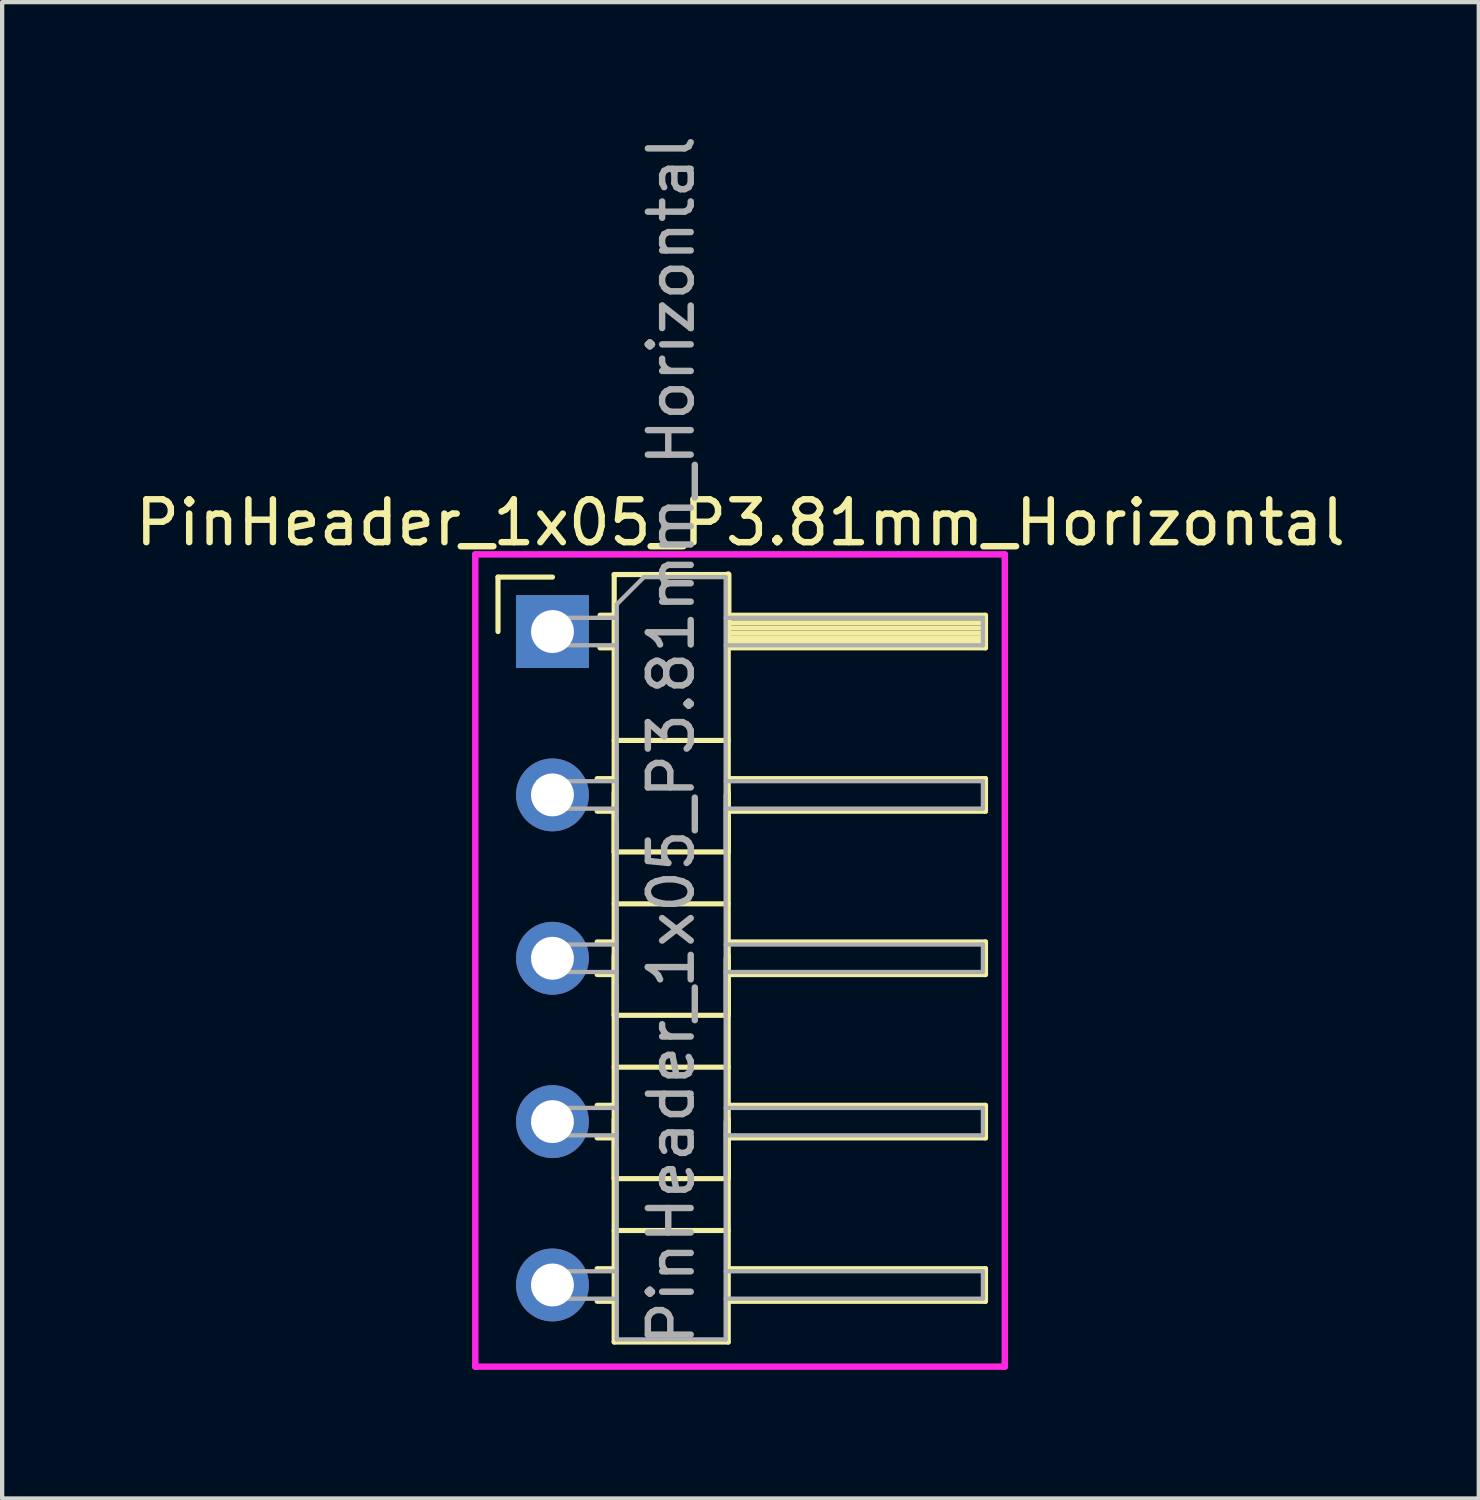
<source format=kicad_pcb>
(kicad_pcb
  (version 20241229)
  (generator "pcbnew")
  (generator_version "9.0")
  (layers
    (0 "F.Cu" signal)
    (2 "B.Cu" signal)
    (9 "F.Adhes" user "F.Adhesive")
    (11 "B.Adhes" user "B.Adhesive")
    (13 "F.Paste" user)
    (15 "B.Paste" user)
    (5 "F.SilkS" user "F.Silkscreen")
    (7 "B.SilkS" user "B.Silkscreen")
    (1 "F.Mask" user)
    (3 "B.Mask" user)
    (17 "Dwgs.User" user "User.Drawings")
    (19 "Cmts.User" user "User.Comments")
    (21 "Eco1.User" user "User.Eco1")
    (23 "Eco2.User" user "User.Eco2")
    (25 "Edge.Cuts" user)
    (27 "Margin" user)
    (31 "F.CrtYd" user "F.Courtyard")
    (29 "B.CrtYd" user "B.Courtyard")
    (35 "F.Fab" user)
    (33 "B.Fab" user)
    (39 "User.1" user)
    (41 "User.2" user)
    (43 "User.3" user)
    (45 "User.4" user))
  (footprint "PinHeader_1x05_P3.81mm_Horizontal"
    (layer "F.Cu")
    (at 9.835 11.68)
    (property "Reference" "PinHeader_1x05_P3.81mm_Horizontal" (at 4.385 -2.54 0) (layer "F.SilkS") (effects (font (size 1 1) (thickness 0.15))))
    (attr through_hole)
    (fp_line (start -1.27 -1.27) (end 0 -1.27) (stroke (width 0.12) (type solid)) (layer "F.SilkS"))
    (fp_line (start -1.27 0) (end -1.27 -1.27) (stroke (width 0.12) (type solid)) (layer "F.SilkS"))
    (fp_line (start 1.043 3.43) (end 1.44 3.43) (stroke (width 0.12) (type solid)) (layer "F.SilkS"))
    (fp_line (start 1.043 4.19) (end 1.44 4.19) (stroke (width 0.12) (type solid)) (layer "F.SilkS"))
    (fp_line (start 1.043 7.24) (end 1.44 7.24) (stroke (width 0.12) (type solid)) (layer "F.SilkS"))
    (fp_line (start 1.043 8) (end 1.44 8) (stroke (width 0.12) (type solid)) (layer "F.SilkS"))
    (fp_line (start 1.043 11.05) (end 1.44 11.05) (stroke (width 0.12) (type solid)) (layer "F.SilkS"))
    (fp_line (start 1.043 11.81) (end 1.44 11.81) (stroke (width 0.12) (type solid)) (layer "F.SilkS"))
    (fp_line (start 1.043 14.86) (end 1.44 14.86) (stroke (width 0.12) (type solid)) (layer "F.SilkS"))
    (fp_line (start 1.043 15.62) (end 1.44 15.62) (stroke (width 0.12) (type solid)) (layer "F.SilkS"))
    (fp_line (start 1.11 -0.38) (end 1.44 -0.38) (stroke (width 0.12) (type solid)) (layer "F.SilkS"))
    (fp_line (start 1.11 0.38) (end 1.44 0.38) (stroke (width 0.12) (type solid)) (layer "F.SilkS"))
    (fp_line (start 1.44 -1.33) (end 1.44 5.14) (stroke (width 0.12) (type solid)) (layer "F.SilkS"))
    (fp_line (start 1.44 2.54) (end 4.1 2.54) (stroke (width 0.12) (type solid)) (layer "F.SilkS"))
    (fp_line (start 1.44 3.75) (end 1.44 8.95) (stroke (width 0.12) (type solid)) (layer "F.SilkS"))
    (fp_line (start 1.44 5.14) (end 4.1 5.14) (stroke (width 0.12) (type solid)) (layer "F.SilkS"))
    (fp_line (start 1.44 6.35) (end 4.1 6.35) (stroke (width 0.12) (type solid)) (layer "F.SilkS"))
    (fp_line (start 1.44 7.56) (end 1.44 12.76) (stroke (width 0.12) (type solid)) (layer "F.SilkS"))
    (fp_line (start 1.44 8.95) (end 4.1 8.95) (stroke (width 0.12) (type solid)) (layer "F.SilkS"))
    (fp_line (start 1.44 10.16) (end 4.1 10.16) (stroke (width 0.12) (type solid)) (layer "F.SilkS"))
    (fp_line (start 1.44 11.37) (end 1.44 16.57) (stroke (width 0.12) (type solid)) (layer "F.SilkS"))
    (fp_line (start 1.44 12.76) (end 4.1 12.76) (stroke (width 0.12) (type solid)) (layer "F.SilkS"))
    (fp_line (start 1.44 13.97) (end 4.1 13.97) (stroke (width 0.12) (type solid)) (layer "F.SilkS"))
    (fp_line (start 1.44 16.57) (end 4.1 16.57) (stroke (width 0.12) (type solid)) (layer "F.SilkS"))
    (fp_line (start 4.1 -1.33) (end 1.44 -1.33) (stroke (width 0.12) (type solid)) (layer "F.SilkS"))
    (fp_line (start 4.1 -1.33) (end 4.1 -0.06) (stroke (width 0.15) (type solid)) (layer "F.SilkS"))
    (fp_line (start 4.1 -0.38) (end 10.1 -0.38) (stroke (width 0.12) (type solid)) (layer "F.SilkS"))
    (fp_line (start 4.1 -0.32) (end 10.1 -0.32) (stroke (width 0.12) (type solid)) (layer "F.SilkS"))
    (fp_line (start 4.1 -0.2) (end 10.1 -0.2) (stroke (width 0.12) (type solid)) (layer "F.SilkS"))
    (fp_line (start 4.1 -0.08) (end 10.1 -0.08) (stroke (width 0.12) (type solid)) (layer "F.SilkS"))
    (fp_line (start 4.1 0.04) (end 10.1 0.04) (stroke (width 0.12) (type solid)) (layer "F.SilkS"))
    (fp_line (start 4.1 0.16) (end 10.1 0.16) (stroke (width 0.12) (type solid)) (layer "F.SilkS"))
    (fp_line (start 4.1 0.28) (end 10.1 0.28) (stroke (width 0.12) (type solid)) (layer "F.SilkS"))
    (fp_line (start 4.1 3.43) (end 10.1 3.43) (stroke (width 0.12) (type solid)) (layer "F.SilkS"))
    (fp_line (start 4.1 5.14) (end 4.1 -0.06) (stroke (width 0.12) (type solid)) (layer "F.SilkS"))
    (fp_line (start 4.1 7.24) (end 10.1 7.24) (stroke (width 0.12) (type solid)) (layer "F.SilkS"))
    (fp_line (start 4.1 8.95) (end 4.1 3.75) (stroke (width 0.12) (type solid)) (layer "F.SilkS"))
    (fp_line (start 4.1 11.05) (end 10.1 11.05) (stroke (width 0.12) (type solid)) (layer "F.SilkS"))
    (fp_line (start 4.1 12.76) (end 4.1 7.56) (stroke (width 0.12) (type solid)) (layer "F.SilkS"))
    (fp_line (start 4.1 14.86) (end 10.1 14.86) (stroke (width 0.12) (type solid)) (layer "F.SilkS"))
    (fp_line (start 4.1 16.57) (end 4.1 11.37) (stroke (width 0.12) (type solid)) (layer "F.SilkS"))
    (fp_line (start 10.1 -0.38) (end 10.1 0.38) (stroke (width 0.12) (type solid)) (layer "F.SilkS"))
    (fp_line (start 10.1 0.38) (end 4.1 0.38) (stroke (width 0.12) (type solid)) (layer "F.SilkS"))
    (fp_line (start 10.1 3.43) (end 10.1 4.19) (stroke (width 0.12) (type solid)) (layer "F.SilkS"))
    (fp_line (start 10.1 4.19) (end 4.1 4.19) (stroke (width 0.12) (type solid)) (layer "F.SilkS"))
    (fp_line (start 10.1 7.24) (end 10.1 8) (stroke (width 0.12) (type solid)) (layer "F.SilkS"))
    (fp_line (start 10.1 8) (end 4.1 8) (stroke (width 0.12) (type solid)) (layer "F.SilkS"))
    (fp_line (start 10.1 11.05) (end 10.1 11.81) (stroke (width 0.12) (type solid)) (layer "F.SilkS"))
    (fp_line (start 10.1 11.81) (end 4.1 11.81) (stroke (width 0.12) (type solid)) (layer "F.SilkS"))
    (fp_line (start 10.1 14.86) (end 10.1 15.62) (stroke (width 0.12) (type solid)) (layer "F.SilkS"))
    (fp_line (start 10.1 15.62) (end 4.1 15.62) (stroke (width 0.12) (type solid)) (layer "F.SilkS"))
    (fp_line (start -1.8 -1.8) (end -1.8 17.145) (stroke (width 0.15) (type solid)) (layer "F.CrtYd"))
    (fp_line (start -1.8 17.145) (end 10.55 17.145) (stroke (width 0.15) (type solid)) (layer "F.CrtYd"))
    (fp_line (start 10.55 -1.8) (end -1.8 -1.8) (stroke (width 0.15) (type solid)) (layer "F.CrtYd"))
    (fp_line (start 10.55 17.145) (end 10.55 -1.8) (stroke (width 0.15) (type solid)) (layer "F.CrtYd"))
    (fp_line (start -0.32 -0.32) (end -0.32 0.32) (stroke (width 0.1) (type solid)) (layer "F.Fab"))
    (fp_line (start -0.32 -0.32) (end 1.5 -0.32) (stroke (width 0.1) (type solid)) (layer "F.Fab"))
    (fp_line (start -0.32 0.32) (end 1.5 0.32) (stroke (width 0.1) (type solid)) (layer "F.Fab"))
    (fp_line (start -0.32 3.49) (end -0.32 4.13) (stroke (width 0.1) (type solid)) (layer "F.Fab"))
    (fp_line (start -0.32 3.49) (end 1.5 3.49) (stroke (width 0.1) (type solid)) (layer "F.Fab"))
    (fp_line (start -0.32 4.13) (end 1.5 4.13) (stroke (width 0.1) (type solid)) (layer "F.Fab"))
    (fp_line (start -0.32 7.3) (end -0.32 7.94) (stroke (width 0.1) (type solid)) (layer "F.Fab"))
    (fp_line (start -0.32 7.3) (end 1.5 7.3) (stroke (width 0.1) (type solid)) (layer "F.Fab"))
    (fp_line (start -0.32 7.94) (end 1.5 7.94) (stroke (width 0.1) (type solid)) (layer "F.Fab"))
    (fp_line (start -0.32 11.11) (end -0.32 11.75) (stroke (width 0.1) (type solid)) (layer "F.Fab"))
    (fp_line (start -0.32 11.11) (end 1.5 11.11) (stroke (width 0.1) (type solid)) (layer "F.Fab"))
    (fp_line (start -0.32 11.75) (end 1.5 11.75) (stroke (width 0.1) (type solid)) (layer "F.Fab"))
    (fp_line (start -0.32 14.92) (end -0.32 15.56) (stroke (width 0.1) (type solid)) (layer "F.Fab"))
    (fp_line (start -0.32 14.92) (end 1.5 14.92) (stroke (width 0.1) (type solid)) (layer "F.Fab"))
    (fp_line (start -0.32 15.56) (end 1.5 15.56) (stroke (width 0.1) (type solid)) (layer "F.Fab"))
    (fp_line (start 1.5 -0.635) (end 2.135 -1.27) (stroke (width 0.1) (type solid)) (layer "F.Fab"))
    (fp_line (start 1.5 5.08) (end 1.5 -0.635) (stroke (width 0.1) (type solid)) (layer "F.Fab"))
    (fp_line (start 1.5 8.89) (end 1.5 4.445) (stroke (width 0.1) (type solid)) (layer "F.Fab"))
    (fp_line (start 1.5 12.7) (end 1.5 8.255) (stroke (width 0.1) (type solid)) (layer "F.Fab"))
    (fp_line (start 1.5 16.51) (end 1.5 12.065) (stroke (width 0.1) (type solid)) (layer "F.Fab"))
    (fp_line (start 2.135 -1.27) (end 4.04 -1.27) (stroke (width 0.1) (type solid)) (layer "F.Fab"))
    (fp_line (start 4.04 -1.27) (end 4.04 5.08) (stroke (width 0.1) (type solid)) (layer "F.Fab"))
    (fp_line (start 4.04 -0.32) (end 10.04 -0.32) (stroke (width 0.1) (type solid)) (layer "F.Fab"))
    (fp_line (start 4.04 0.32) (end 10.04 0.32) (stroke (width 0.1) (type solid)) (layer "F.Fab"))
    (fp_line (start 4.04 3.49) (end 10.04 3.49) (stroke (width 0.1) (type solid)) (layer "F.Fab"))
    (fp_line (start 4.04 3.81) (end 4.04 8.89) (stroke (width 0.1) (type solid)) (layer "F.Fab"))
    (fp_line (start 4.04 4.13) (end 10.04 4.13) (stroke (width 0.1) (type solid)) (layer "F.Fab"))
    (fp_line (start 4.04 7.3) (end 10.04 7.3) (stroke (width 0.1) (type solid)) (layer "F.Fab"))
    (fp_line (start 4.04 7.62) (end 4.04 12.7) (stroke (width 0.1) (type solid)) (layer "F.Fab"))
    (fp_line (start 4.04 7.94) (end 10.04 7.94) (stroke (width 0.1) (type solid)) (layer "F.Fab"))
    (fp_line (start 4.04 11.11) (end 10.04 11.11) (stroke (width 0.1) (type solid)) (layer "F.Fab"))
    (fp_line (start 4.04 11.43) (end 4.04 16.51) (stroke (width 0.1) (type solid)) (layer "F.Fab"))
    (fp_line (start 4.04 11.75) (end 10.04 11.75) (stroke (width 0.1) (type solid)) (layer "F.Fab"))
    (fp_line (start 4.04 14.92) (end 10.04 14.92) (stroke (width 0.1) (type solid)) (layer "F.Fab"))
    (fp_line (start 4.04 15.56) (end 10.04 15.56) (stroke (width 0.1) (type solid)) (layer "F.Fab"))
    (fp_line (start 4.04 16.51) (end 1.5 16.51) (stroke (width 0.1) (type solid)) (layer "F.Fab"))
    (fp_line (start 10.04 -0.32) (end 10.04 0.32) (stroke (width 0.1) (type solid)) (layer "F.Fab"))
    (fp_line (start 10.04 3.49) (end 10.04 4.13) (stroke (width 0.1) (type solid)) (layer "F.Fab"))
    (fp_line (start 10.04 7.3) (end 10.04 7.94) (stroke (width 0.1) (type solid)) (layer "F.Fab"))
    (fp_line (start 10.04 11.11) (end 10.04 11.75) (stroke (width 0.1) (type solid)) (layer "F.Fab"))
    (fp_line (start 10.04 14.92) (end 10.04 15.56) (stroke (width 0.1) (type solid)) (layer "F.Fab"))
    (fp_text user "${REFERENCE}" (at 2.77 2.54 90) (layer "F.Fab") (effects (font (size 1 1) (thickness 0.15))))
    (pad "1" thru_hole rect (at 0 0) (size 1.7 1.7) (drill 1) (layers "*.Cu" "*.Mask"))
    (pad "2" thru_hole oval (at 0 3.81) (size 1.7 1.7) (drill 1) (layers "*.Cu" "*.Mask"))
    (pad "3" thru_hole oval (at 0 7.62) (size 1.7 1.7) (drill 1) (layers "*.Cu" "*.Mask"))
    (pad "4" thru_hole oval (at 0 11.43) (size 1.7 1.7) (drill 1) (layers "*.Cu" "*.Mask"))
    (pad "5" thru_hole oval (at 0 15.24) (size 1.7 1.7) (drill 1) (layers "*.Cu" "*.Mask")))
  (gr_rect
    (start -3 -3)
    (end 31.44 31.9)
    (stroke (width 0.1) (type default))
    (fill no)
    (layer "Edge.Cuts")))
</source>
